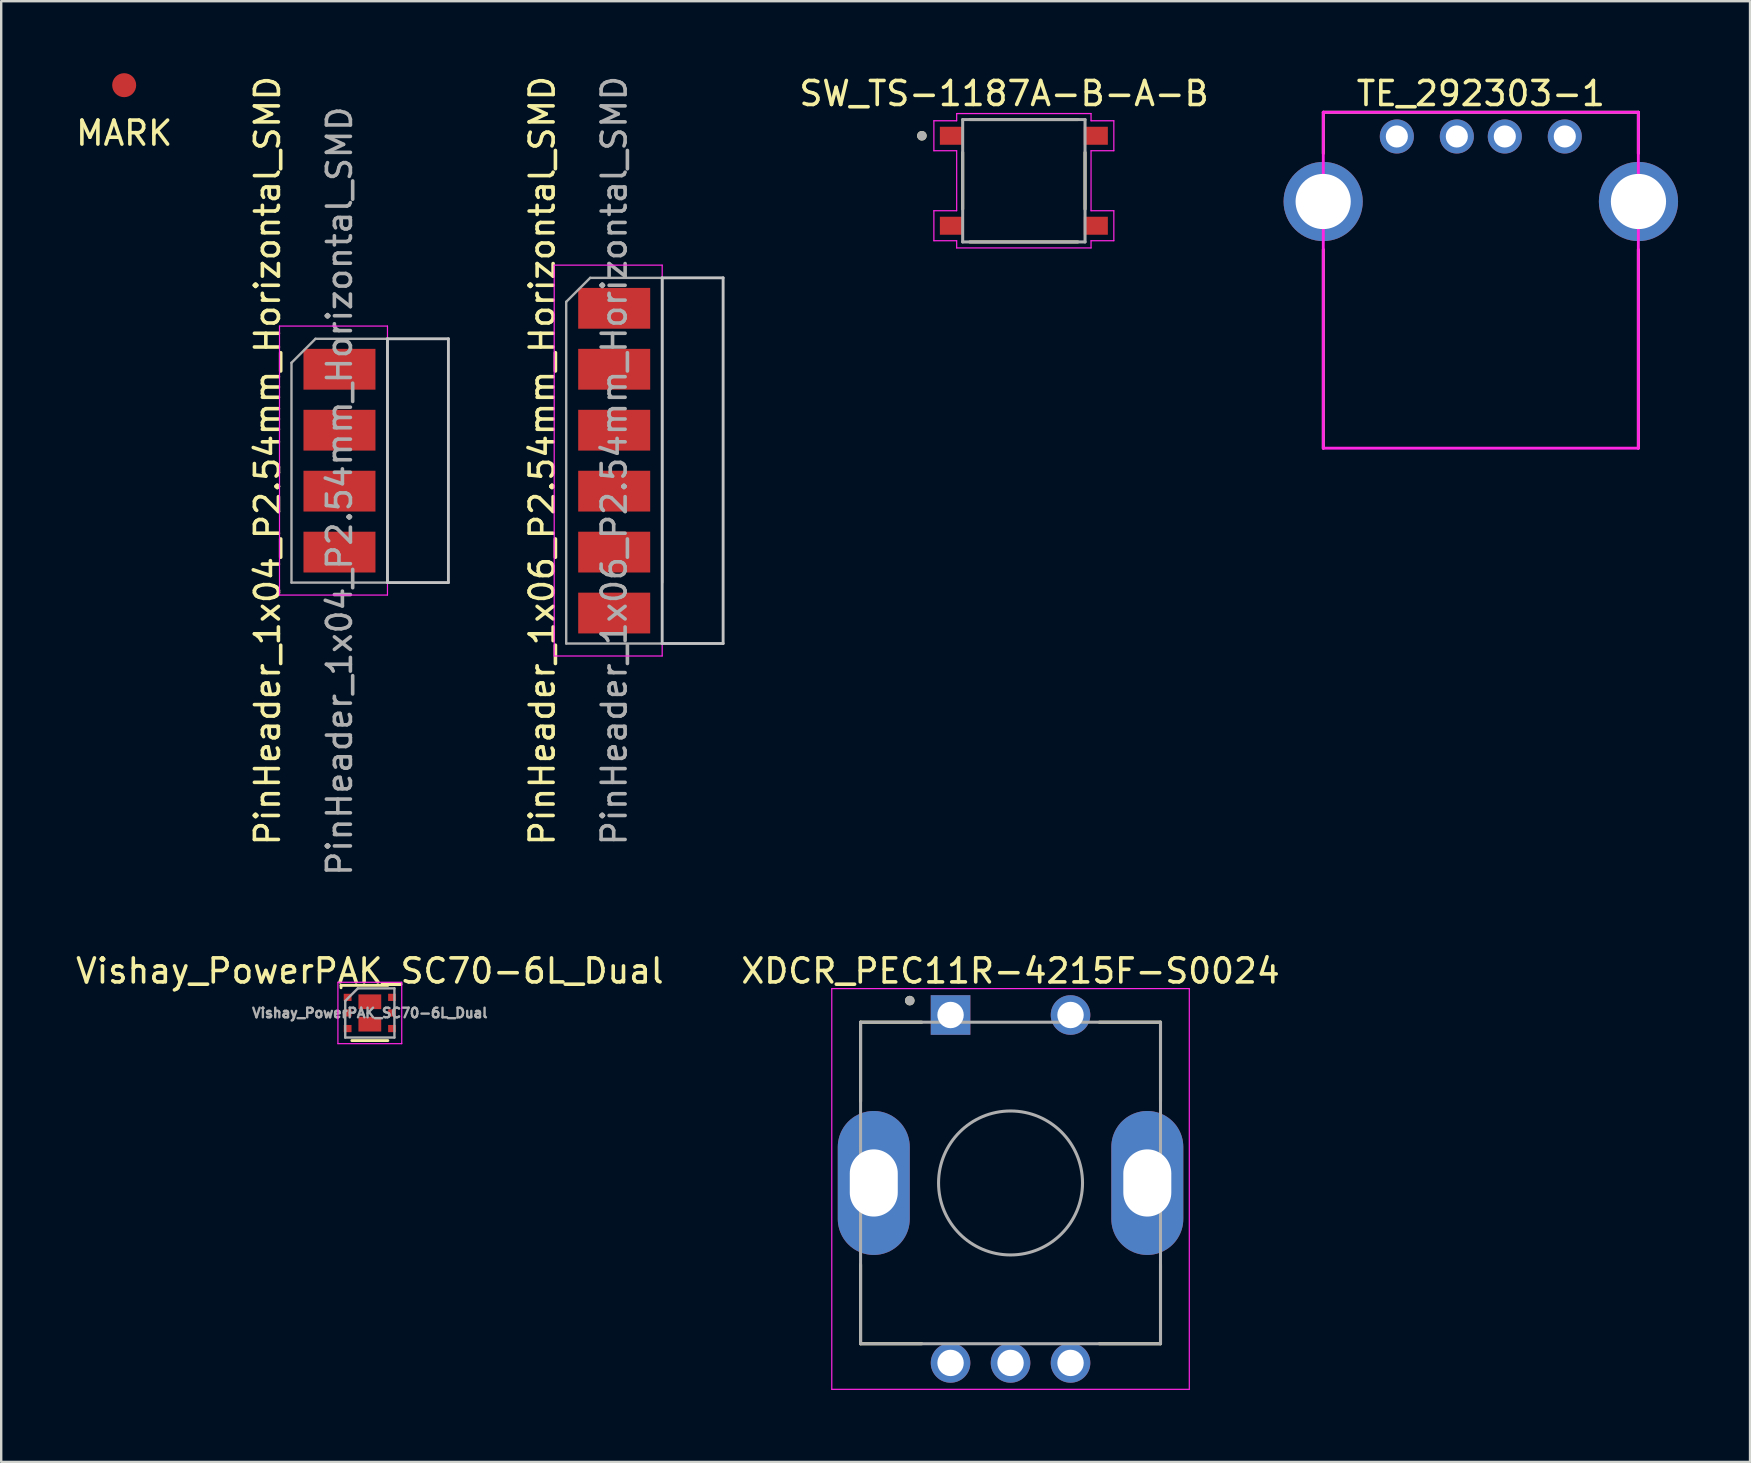
<source format=kicad_pcb>
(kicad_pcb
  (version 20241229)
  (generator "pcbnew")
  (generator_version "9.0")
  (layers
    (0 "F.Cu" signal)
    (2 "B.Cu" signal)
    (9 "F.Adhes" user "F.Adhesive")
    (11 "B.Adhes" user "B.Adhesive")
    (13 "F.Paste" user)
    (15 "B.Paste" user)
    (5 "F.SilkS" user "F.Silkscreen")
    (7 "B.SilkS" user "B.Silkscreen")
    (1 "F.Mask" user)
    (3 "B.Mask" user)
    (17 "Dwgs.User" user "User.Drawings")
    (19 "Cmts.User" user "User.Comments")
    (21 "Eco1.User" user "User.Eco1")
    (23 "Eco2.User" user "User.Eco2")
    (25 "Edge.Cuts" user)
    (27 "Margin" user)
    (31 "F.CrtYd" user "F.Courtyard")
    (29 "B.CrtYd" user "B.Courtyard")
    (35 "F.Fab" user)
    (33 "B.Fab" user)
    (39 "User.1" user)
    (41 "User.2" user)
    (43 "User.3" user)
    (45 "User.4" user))
  (footprint "SW_TS-1187A-B-A-B"
    (layer "F.Cu")
    (at 39.62 4.483)
    (property "Reference" "SW_TS-1187A-B-A-B" (at -0.825 -3.635 0) (layer "F.SilkS") (effects (font (size 1 1) (thickness 0.15))))
    (attr through_hole)
    (fp_line (start -2.55 -1.18) (end -2.55 1.18) (stroke (width 0.127) (type solid)) (layer "F.SilkS"))
    (fp_line (start 2.25 -2.55) (end -2.25 -2.55) (stroke (width 0.127) (type solid)) (layer "F.SilkS"))
    (fp_line (start 2.25 2.55) (end -2.25 2.55) (stroke (width 0.127) (type solid)) (layer "F.SilkS"))
    (fp_line (start 2.55 1.18) (end 2.55 -1.18) (stroke (width 0.127) (type solid)) (layer "F.SilkS"))
    (fp_circle (center -4.25 -1.875) (end -4.15 -1.875) (stroke (width 0.2) (type solid)) (fill no) (layer "F.SilkS"))
    (fp_line (start -3.75 -2.5) (end -3.75 -1.25) (stroke (width 0.05) (type solid)) (layer "F.CrtYd"))
    (fp_line (start -3.75 -2.5) (end -2.8 -2.5) (stroke (width 0.05) (type solid)) (layer "F.CrtYd"))
    (fp_line (start -3.75 -1.25) (end -2.8 -1.25) (stroke (width 0.05) (type solid)) (layer "F.CrtYd"))
    (fp_line (start -3.75 1.25) (end -2.8 1.25) (stroke (width 0.05) (type solid)) (layer "F.CrtYd"))
    (fp_line (start -3.75 2.5) (end -3.75 1.25) (stroke (width 0.05) (type solid)) (layer "F.CrtYd"))
    (fp_line (start -3.75 2.5) (end -2.8 2.5) (stroke (width 0.05) (type solid)) (layer "F.CrtYd"))
    (fp_line (start -2.8 -2.8) (end -2.8 -2.5) (stroke (width 0.05) (type solid)) (layer "F.CrtYd"))
    (fp_line (start -2.8 -1.25) (end -2.8 1.25) (stroke (width 0.05) (type solid)) (layer "F.CrtYd"))
    (fp_line (start -2.8 2.8) (end -2.8 2.5) (stroke (width 0.05) (type solid)) (layer "F.CrtYd"))
    (fp_line (start -2.8 2.8) (end 2.8 2.8) (stroke (width 0.05) (type solid)) (layer "F.CrtYd"))
    (fp_line (start 2.8 -2.8) (end -2.8 -2.8) (stroke (width 0.05) (type solid)) (layer "F.CrtYd"))
    (fp_line (start 2.8 -2.8) (end 2.8 -2.5) (stroke (width 0.05) (type solid)) (layer "F.CrtYd"))
    (fp_line (start 2.8 -1.25) (end 2.8 1.25) (stroke (width 0.05) (type solid)) (layer "F.CrtYd"))
    (fp_line (start 2.8 2.8) (end 2.8 2.5) (stroke (width 0.05) (type solid)) (layer "F.CrtYd"))
    (fp_line (start 3.75 -2.5) (end 2.8 -2.5) (stroke (width 0.05) (type solid)) (layer "F.CrtYd"))
    (fp_line (start 3.75 -2.5) (end 3.75 -1.25) (stroke (width 0.05) (type solid)) (layer "F.CrtYd"))
    (fp_line (start 3.75 -1.25) (end 2.8 -1.25) (stroke (width 0.05) (type solid)) (layer "F.CrtYd"))
    (fp_line (start 3.75 1.25) (end 2.8 1.25) (stroke (width 0.05) (type solid)) (layer "F.CrtYd"))
    (fp_line (start 3.75 2.5) (end 2.8 2.5) (stroke (width 0.05) (type solid)) (layer "F.CrtYd"))
    (fp_line (start 3.75 2.5) (end 3.75 1.25) (stroke (width 0.05) (type solid)) (layer "F.CrtYd"))
    (fp_line (start -2.55 -2.55) (end -2.55 2.55) (stroke (width 0.127) (type solid)) (layer "F.Fab"))
    (fp_line (start -2.55 2.55) (end 2.55 2.55) (stroke (width 0.127) (type solid)) (layer "F.Fab"))
    (fp_line (start 2.55 -2.55) (end -2.55 -2.55) (stroke (width 0.127) (type solid)) (layer "F.Fab"))
    (fp_line (start 2.55 2.55) (end 2.55 -2.55) (stroke (width 0.127) (type solid)) (layer "F.Fab"))
    (fp_circle (center -4.25 -1.875) (end -4.15 -1.875) (stroke (width 0.2) (type solid)) (fill no) (layer "F.Fab"))
    (pad "A" smd rect (at -3 -1.875) (size 1 0.75) (layers "F.Cu" "F.Mask" "F.Paste"))
    (pad "B" smd rect (at 3 -1.875) (size 1 0.75) (layers "F.Cu" "F.Mask" "F.Paste"))
    (pad "C" smd rect (at -3 1.875) (size 1 0.75) (layers "F.Cu" "F.Mask" "F.Paste"))
    (pad "D" smd rect (at 3 1.875) (size 1 0.75) (layers "F.Cu" "F.Mask" "F.Paste")))
  (footprint "TE_292303-1"
    (layer "F.Cu")
    (at 58.664 5.348)
    (property "Reference" "TE_292303-1" (at 0 -4.5 0) (layer "F.SilkS") (effects (font (size 1 1) (thickness 0.15))))
    (attr through_hole)
    (fp_line (start -6.565 -3.72) (end -6.565 -2) (stroke (width 0.12) (type solid)) (layer "F.SilkS"))
    (fp_line (start -6.565 2) (end -6.565 10.28) (stroke (width 0.12) (type solid)) (layer "F.SilkS"))
    (fp_line (start 6.565 -3.72) (end -6.565 -3.72) (stroke (width 0.12) (type solid)) (layer "F.SilkS"))
    (fp_line (start 6.565 -3.72) (end 6.565 -2) (stroke (width 0.12) (type solid)) (layer "F.SilkS"))
    (fp_line (start 6.565 2) (end 6.565 10.28) (stroke (width 0.12) (type solid)) (layer "F.SilkS"))
    (fp_line (start -6.565 -3.72) (end 6.565 -3.72) (stroke (width 0.12) (type solid)) (layer "F.CrtYd"))
    (fp_line (start -6.565 10.28) (end -6.565 -3.72) (stroke (width 0.12) (type solid)) (layer "F.CrtYd"))
    (fp_line (start -6.565 10.28) (end 6.565 10.28) (stroke (width 0.12) (type solid)) (layer "F.CrtYd"))
    (fp_line (start 6.565 10.28) (end 6.565 -3.72) (stroke (width 0.12) (type solid)) (layer "F.CrtYd"))
    (pad "1" thru_hole circle (at -3.5 -2.71) (size 1.42 1.42) (drill 0.92) (layers "*.Cu" "*.Mask"))
    (pad "2" thru_hole circle (at -1 -2.71) (size 1.42 1.42) (drill 0.92) (layers "*.Cu" "*.Mask"))
    (pad "3" thru_hole circle (at 1 -2.71) (size 1.42 1.42) (drill 0.92) (layers "*.Cu" "*.Mask"))
    (pad "4" thru_hole circle (at 3.5 -2.71) (size 1.42 1.42) (drill 0.92) (layers "*.Cu" "*.Mask"))
    (pad "5" thru_hole circle (at -6.57 0) (size 3.3 3.3) (drill 2.3) (layers "*.Cu" "*.Mask"))
    (pad "5" thru_hole circle (at 6.57 0) (size 3.3 3.3) (drill 2.3) (layers "*.Cu" "*.Mask")))
  (footprint "Vishay_PowerPAK_SC70-6L_Dual"
    (layer "F.Cu")
    (at 12.363 39.166)
    (property "Reference" "Vishay_PowerPAK_SC70-6L_Dual" (at 0 -1.75 0) (layer "F.SilkS") (effects (font (size 1 1) (thickness 0.15))))
    (attr smd)
    (fp_line (start -1.2 -1.15) (end -1.2 -1.05) (stroke (width 0.12) (type solid)) (layer "F.SilkS"))
    (fp_line (start -1.2 -1.15) (end 0.75 -1.15) (stroke (width 0.12) (type solid)) (layer "F.SilkS"))
    (fp_line (start 0.75 1.15) (end -0.75 1.15) (stroke (width 0.12) (type solid)) (layer "F.SilkS"))
    (fp_line (start -1.33 -1.28) (end 1.33 -1.28) (stroke (width 0.05) (type solid)) (layer "F.CrtYd"))
    (fp_line (start -1.33 1.28) (end -1.33 -1.28) (stroke (width 0.05) (type solid)) (layer "F.CrtYd"))
    (fp_line (start 1.33 -1.28) (end 1.33 1.28) (stroke (width 0.05) (type solid)) (layer "F.CrtYd"))
    (fp_line (start 1.33 1.28) (end -1.33 1.28) (stroke (width 0.05) (type solid)) (layer "F.CrtYd"))
    (fp_line (start -1.025 -0.5) (end -0.5 -1.025) (stroke (width 0.1) (type solid)) (layer "F.Fab"))
    (fp_line (start -1.025 1.025) (end -1.025 -0.5) (stroke (width 0.1) (type solid)) (layer "F.Fab"))
    (fp_line (start -0.5 -1.025) (end 1.025 -1.025) (stroke (width 0.1) (type solid)) (layer "F.Fab"))
    (fp_line (start 1.025 -1.025) (end 1.025 1.025) (stroke (width 0.1) (type solid)) (layer "F.Fab"))
    (fp_line (start 1.025 1.025) (end -1.025 1.025) (stroke (width 0.1) (type solid)) (layer "F.Fab"))
    (fp_text user "${REFERENCE}" (at 0 0 0) (layer "F.Fab") (effects (font (size 0.4 0.4) (thickness 0.1))))
    (pad "1" smd rect (at -0.925 -0.65) (size 0.325 0.3) (layers "F.Cu" "F.Mask" "F.Paste"))
    (pad "2" smd rect (at -0.925 0) (size 0.325 0.3) (layers "F.Cu" "F.Mask" "F.Paste"))
    (pad "3" smd rect (at -0.925 0.65) (size 0.325 0.3) (layers "F.Cu" "F.Mask" "F.Paste"))
    (pad "3" smd rect (at 0 0.467) (size 0.95 0.613) (layers "F.Cu" "F.Mask" "F.Paste"))
    (pad "4" smd rect (at 0.925 0.65) (size 0.325 0.3) (layers "F.Cu" "F.Mask" "F.Paste"))
    (pad "5" smd rect (at 0.925 0) (size 0.325 0.3) (layers "F.Cu" "F.Mask" "F.Paste"))
    (pad "6" smd rect (at 0 -0.467) (size 0.95 0.613) (layers "F.Cu" "F.Mask" "F.Paste"))
    (pad "6" smd rect (at 0.925 -0.65) (size 0.325 0.3) (layers "F.Cu" "F.Mask" "F.Paste")))
  (footprint "PinHeader_1x06_P2.54mm_Horizontal_SMD"
    (layer "F.Cu")
    (at 24.547 9.799)
    (property "Reference" "PinHeader_1x06_P2.54mm_Horizontal_SMD" (at -5 6.35 90) (layer "F.SilkS") (effects (font (size 1 1) (thickness 0.15))))
    (attr smd)
    (fp_line (start 0 -1.27) (end 2.54 -1.27) (stroke (width 0.12) (type solid)) (layer "Dwgs.User"))
    (fp_line (start 0 13.97) (end 0 -1.27) (stroke (width 0.12) (type solid)) (layer "Dwgs.User"))
    (fp_line (start 2.54 -1.27) (end 2.54 13.97) (stroke (width 0.12) (type solid)) (layer "Dwgs.User"))
    (fp_line (start 2.54 13.97) (end 0 13.97) (stroke (width 0.12) (type solid)) (layer "Dwgs.User"))
    (fp_line (start -4.5 -1.8) (end -4.5 14.49) (stroke (width 0.05) (type solid)) (layer "F.CrtYd"))
    (fp_line (start -4.5 -1.8) (end 0 -1.8) (stroke (width 0.05) (type solid)) (layer "F.CrtYd"))
    (fp_line (start -4.5 14.49) (end 0 14.49) (stroke (width 0.05) (type solid)) (layer "F.CrtYd"))
    (fp_line (start 0 14.49) (end 0 -1.8) (stroke (width 0.05) (type solid)) (layer "F.CrtYd"))
    (fp_line (start -4 -0.27) (end -3 -1.27) (stroke (width 0.1) (type solid)) (layer "F.Fab"))
    (fp_line (start -4 13.97) (end -4 -0.27) (stroke (width 0.1) (type solid)) (layer "F.Fab"))
    (fp_line (start -3 -1.27) (end 0 -1.27) (stroke (width 0.1) (type solid)) (layer "F.Fab"))
    (fp_line (start 0 -1.27) (end 0 11.43) (stroke (width 0.1) (type solid)) (layer "F.Fab"))
    (fp_line (start 0 13.97) (end -4 13.97) (stroke (width 0.1) (type solid)) (layer "F.Fab"))
    (fp_text user "${REFERENCE}" (at -2 6.35 90) (layer "F.Fab") (effects (font (size 1 1) (thickness 0.15))))
    (pad "1" smd rect (at -2 0) (size 3 1.7) (layers "F.Cu" "F.Mask" "F.Paste"))
    (pad "2" smd rect (at -2 2.54) (size 3 1.7) (layers "F.Cu" "F.Mask" "F.Paste"))
    (pad "3" smd rect (at -2 5.08) (size 3 1.7) (layers "F.Cu" "F.Mask" "F.Paste"))
    (pad "4" smd rect (at -2 7.62) (size 3 1.7) (layers "F.Cu" "F.Mask" "F.Paste"))
    (pad "5" smd rect (at -2 10.16) (size 3 1.7) (layers "F.Cu" "F.Mask" "F.Paste"))
    (pad "6" smd rect (at -2 12.7) (size 3 1.7) (layers "F.Cu" "F.Mask" "F.Paste")))
  (footprint "MARK"
    (layer "F.Cu")
    (at 2.125 0.5)
    (property "Reference" "MARK" (at 0 2 0) (layer "F.SilkS") (effects (font (size 1 1) (thickness 0.15))))
    (attr through_hole)
    (pad "1" smd circle (at 0 0) (size 1 1) (layers "*.Paste" "*.Mask" "F.Cu")))
  (footprint "XDCR_PEC11R-4215F-S0024"
    (layer "F.Cu")
    (at 39.065 46.251)
    (property "Reference" "XDCR_PEC11R-4215F-S0024" (at 0 -8.835 0) (layer "F.SilkS") (effects (font (size 1 1) (thickness 0.15))))
    (attr through_hole)
    (fp_line (start -6.25 -6.7) (end -3.7 -6.7) (stroke (width 0.127) (type solid)) (layer "F.SilkS"))
    (fp_line (start -6.25 -3.4) (end -6.25 -6.7) (stroke (width 0.127) (type solid)) (layer "F.SilkS"))
    (fp_line (start -6.25 3.4) (end -6.25 6.7) (stroke (width 0.127) (type solid)) (layer "F.SilkS"))
    (fp_line (start -6.25 6.7) (end -3.7 6.7) (stroke (width 0.127) (type solid)) (layer "F.SilkS"))
    (fp_line (start 3.7 -6.7) (end 6.25 -6.7) (stroke (width 0.127) (type solid)) (layer "F.SilkS"))
    (fp_line (start 3.7 6.7) (end 6.25 6.7) (stroke (width 0.127) (type solid)) (layer "F.SilkS"))
    (fp_line (start 6.25 -6.7) (end 6.25 -3.4) (stroke (width 0.127) (type solid)) (layer "F.SilkS"))
    (fp_line (start 6.25 6.7) (end 6.25 3.4) (stroke (width 0.127) (type solid)) (layer "F.SilkS"))
    (fp_circle (center -4.2 -7.6) (end -4.1 -7.6) (stroke (width 0.2) (type solid)) (fill no) (layer "F.SilkS"))
    (fp_line (start -7.45 -8.1) (end -7.45 8.6) (stroke (width 0.05) (type solid)) (layer "F.CrtYd"))
    (fp_line (start -7.45 8.6) (end 7.45 8.6) (stroke (width 0.05) (type solid)) (layer "F.CrtYd"))
    (fp_line (start 7.45 -8.1) (end -7.45 -8.1) (stroke (width 0.05) (type solid)) (layer "F.CrtYd"))
    (fp_line (start 7.45 8.6) (end 7.45 -8.1) (stroke (width 0.05) (type solid)) (layer "F.CrtYd"))
    (fp_line (start -6.25 -6.7) (end 6.25 -6.7) (stroke (width 0.127) (type solid)) (layer "F.Fab"))
    (fp_line (start -6.25 6.7) (end -6.25 -6.7) (stroke (width 0.127) (type solid)) (layer "F.Fab"))
    (fp_line (start 6.25 -6.7) (end 6.25 6.7) (stroke (width 0.127) (type solid)) (layer "F.Fab"))
    (fp_line (start 6.25 6.7) (end -6.25 6.7) (stroke (width 0.127) (type solid)) (layer "F.Fab"))
    (fp_circle (center -4.2 -7.6) (end -4.1 -7.6) (stroke (width 0.2) (type solid)) (fill no) (layer "F.Fab"))
    (fp_circle (center 0 0) (end 3 0) (stroke (width 0.127) (type solid)) (fill no) (layer "F.Fab"))
    (pad "1" thru_hole rect (at -2.5 -7) (size 1.65 1.65) (drill 1.1) (layers "*.Cu" "*.Mask"))
    (pad "2" thru_hole circle (at 2.5 -7) (size 1.65 1.65) (drill 1.1) (layers "*.Cu" "*.Mask"))
    (pad "A" thru_hole circle (at -2.5 7.5) (size 1.65 1.65) (drill 1.1) (layers "*.Cu" "*.Mask"))
    (pad "B" thru_hole circle (at 2.5 7.5) (size 1.65 1.65) (drill 1.1) (layers "*.Cu" "*.Mask"))
    (pad "COM" thru_hole circle (at 0 7.5) (size 1.65 1.65) (drill 1.1) (layers "*.Cu" "*.Mask"))
    (pad "S1" thru_hole oval (at -5.7 0) (size 3 6) (drill oval 2 2.8) (layers "*.Cu" "*.Mask"))
    (pad "S2" thru_hole oval (at 5.7 0) (size 3 6) (drill oval 2 2.8) (layers "*.Cu" "*.Mask")))
  (footprint "PinHeader_1x04_P2.54mm_Horizontal_SMD"
    (layer "F.Cu")
    (at 13.098 12.339)
    (property "Reference" "PinHeader_1x04_P2.54mm_Horizontal_SMD" (at -5 3.81 90) (layer "F.SilkS") (effects (font (size 1 1) (thickness 0.15))))
    (attr smd)
    (fp_line (start 0 -1.27) (end 2.54 -1.27) (stroke (width 0.12) (type solid)) (layer "Dwgs.User"))
    (fp_line (start 0 8.89) (end 0 -1.27) (stroke (width 0.12) (type solid)) (layer "Dwgs.User"))
    (fp_line (start 2.54 -1.27) (end 2.54 8.89) (stroke (width 0.12) (type solid)) (layer "Dwgs.User"))
    (fp_line (start 2.54 8.89) (end 0 8.89) (stroke (width 0.12) (type solid)) (layer "Dwgs.User"))
    (fp_line (start -4.5 -1.8) (end -4.5 9.41) (stroke (width 0.05) (type solid)) (layer "F.CrtYd"))
    (fp_line (start -4.5 -1.8) (end 0 -1.8) (stroke (width 0.05) (type solid)) (layer "F.CrtYd"))
    (fp_line (start -4.5 9.41) (end 0 9.41) (stroke (width 0.05) (type solid)) (layer "F.CrtYd"))
    (fp_line (start 0 9.41) (end 0 -1.8) (stroke (width 0.05) (type solid)) (layer "F.CrtYd"))
    (fp_line (start -4 -0.27) (end -3 -1.27) (stroke (width 0.1) (type solid)) (layer "F.Fab"))
    (fp_line (start -4 8.89) (end -4 -0.27) (stroke (width 0.1) (type solid)) (layer "F.Fab"))
    (fp_line (start -3 -1.27) (end 0 -1.27) (stroke (width 0.1) (type solid)) (layer "F.Fab"))
    (fp_line (start 0 -1.27) (end 0 8.89) (stroke (width 0.1) (type solid)) (layer "F.Fab"))
    (fp_line (start 0 8.89) (end -4 8.89) (stroke (width 0.1) (type solid)) (layer "F.Fab"))
    (fp_text user "${REFERENCE}" (at -2 5.08 90) (layer "F.Fab") (effects (font (size 1 1) (thickness 0.15))))
    (pad "1" smd rect (at -2 0) (size 3 1.7) (layers "F.Cu" "F.Mask" "F.Paste"))
    (pad "2" smd rect (at -2 2.54) (size 3 1.7) (layers "F.Cu" "F.Mask" "F.Paste"))
    (pad "3" smd rect (at -2 5.08) (size 3 1.7) (layers "F.Cu" "F.Mask" "F.Paste"))
    (pad "4" smd rect (at -2 7.62) (size 3 1.7) (layers "F.Cu" "F.Mask" "F.Paste")))
  (gr_rect
    (start -3 -3)
    (end 69.884 57.876)
    (stroke (width 0.1) (type default))
    (fill no)
    (layer "Edge.Cuts")))
</source>
